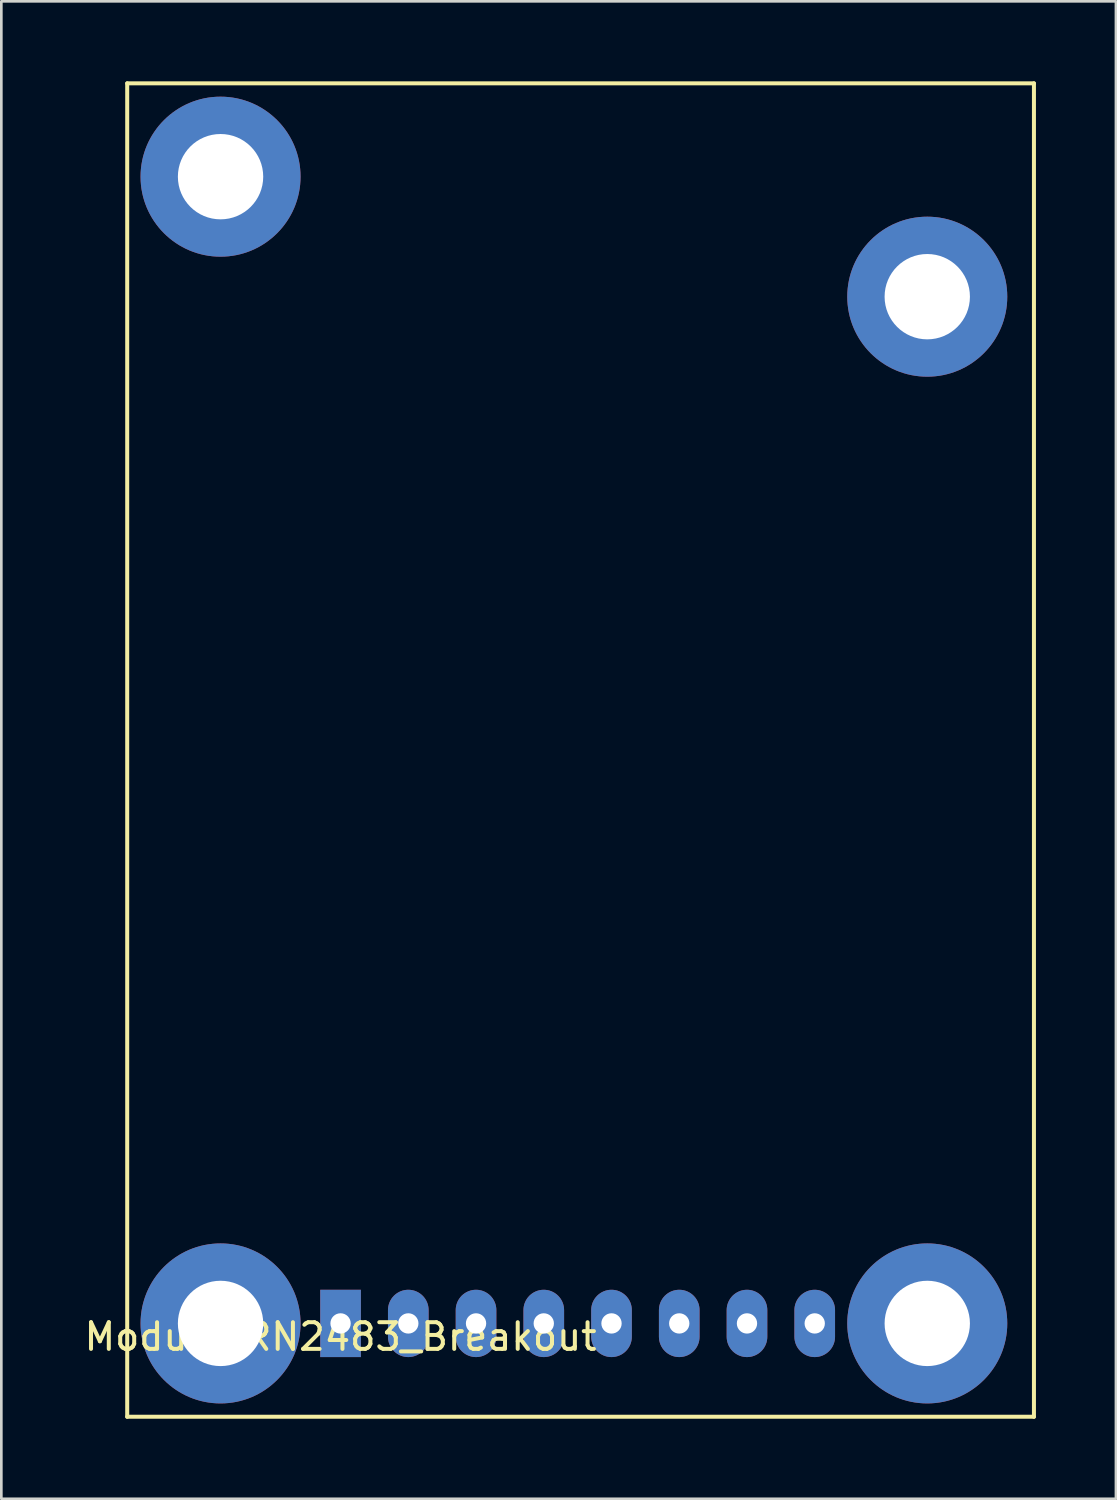
<source format=kicad_pcb>
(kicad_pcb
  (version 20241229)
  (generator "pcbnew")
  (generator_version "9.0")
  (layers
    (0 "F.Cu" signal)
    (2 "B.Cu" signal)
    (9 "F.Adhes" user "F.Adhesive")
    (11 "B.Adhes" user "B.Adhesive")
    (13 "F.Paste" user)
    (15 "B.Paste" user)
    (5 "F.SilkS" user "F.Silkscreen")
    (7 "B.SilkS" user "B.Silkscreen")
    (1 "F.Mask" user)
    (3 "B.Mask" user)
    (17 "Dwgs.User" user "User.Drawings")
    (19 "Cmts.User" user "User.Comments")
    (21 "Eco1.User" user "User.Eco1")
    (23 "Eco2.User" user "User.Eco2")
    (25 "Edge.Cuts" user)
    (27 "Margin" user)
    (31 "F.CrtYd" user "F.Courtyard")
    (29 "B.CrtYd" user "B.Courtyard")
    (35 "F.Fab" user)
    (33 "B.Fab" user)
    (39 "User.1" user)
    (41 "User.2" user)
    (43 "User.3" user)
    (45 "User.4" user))
  (footprint "Module_RN2483_Breakout"
    (layer "F.Cu")
    (at 9.72 46.575)
    (property "Reference" "Module_RN2483_Breakout" (at 0 0.5 0) (layer "F.SilkS") (effects (font (size 1 1) (thickness 0.15))))
    (attr through_hole)
    (fp_line (start -8 -46.5) (end -8 3.5) (stroke (width 0.15) (type solid)) (layer "F.SilkS"))
    (fp_line (start -8 3.5) (end 26 3.5) (stroke (width 0.15) (type solid)) (layer "F.SilkS"))
    (fp_line (start 26 -46.5) (end -8 -46.5) (stroke (width 0.15) (type solid)) (layer "F.SilkS"))
    (fp_line (start 26 3.5) (end 26 -46.5) (stroke (width 0.15) (type solid)) (layer "F.SilkS"))
    (pad "" np_thru_hole circle (at -4.5 -43) (size 6 6) (drill 3.2) (layers "*.Cu" "*.Mask"))
    (pad "" np_thru_hole circle (at -4.5 0) (size 6 6) (drill 3.2) (layers "*.Cu" "*.Mask"))
    (pad "" np_thru_hole circle (at 22 -38.5) (size 6 6) (drill 3.2) (layers "*.Cu" "*.Mask"))
    (pad "" np_thru_hole circle (at 22 0) (size 6 6) (drill 3.2) (layers "*.Cu" "*.Mask"))
    (pad "1" thru_hole rect (at 0 0) (size 1.524 2.524) (drill 0.762) (layers "*.Cu" "*.Mask"))
    (pad "2" thru_hole oval (at 2.54 0) (size 1.524 2.524) (drill 0.762) (layers "*.Cu" "*.Mask"))
    (pad "3" thru_hole oval (at 5.08 0) (size 1.524 2.524) (drill 0.762) (layers "*.Cu" "*.Mask"))
    (pad "4" thru_hole oval (at 7.62 0) (size 1.524 2.524) (drill 0.762) (layers "*.Cu" "*.Mask"))
    (pad "5" thru_hole oval (at 10.16 0) (size 1.524 2.524) (drill 0.762) (layers "*.Cu" "*.Mask"))
    (pad "6" thru_hole oval (at 12.7 0) (size 1.524 2.524) (drill 0.762) (layers "*.Cu" "*.Mask"))
    (pad "7" thru_hole oval (at 15.24 0) (size 1.524 2.524) (drill 0.762) (layers "*.Cu" "*.Mask"))
    (pad "8" thru_hole oval (at 17.78 0) (size 1.524 2.524) (drill 0.762) (layers "*.Cu" "*.Mask")))
  (gr_rect
    (start -3 -3)
    (end 38.795 53.15)
    (stroke (width 0.1) (type default))
    (fill no)
    (layer "Edge.Cuts")))
</source>
